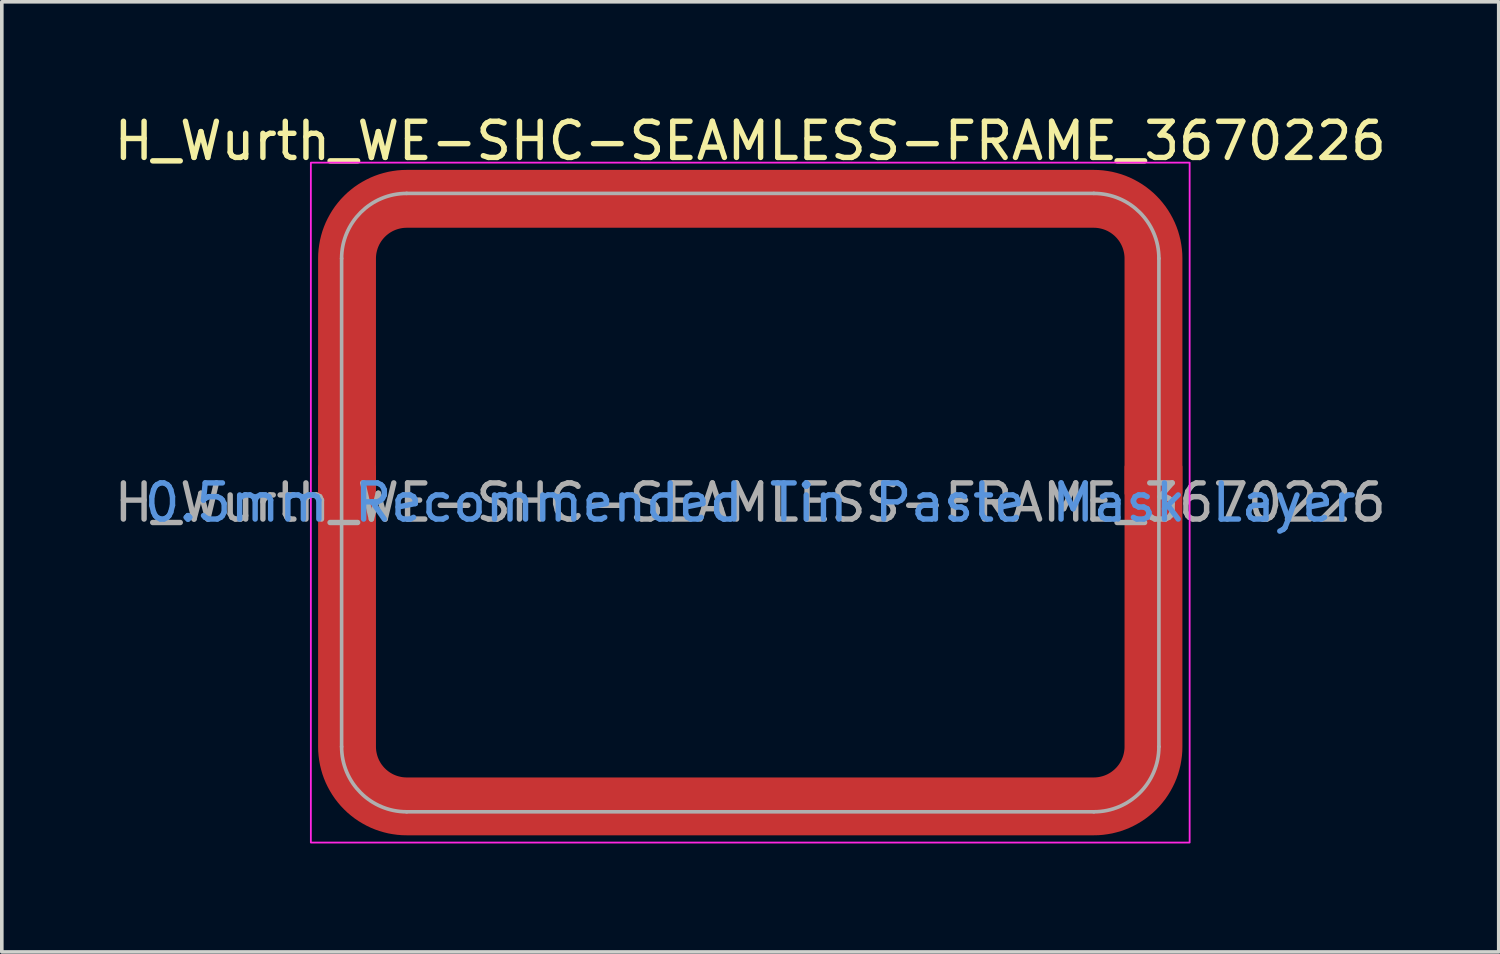
<source format=kicad_pcb>
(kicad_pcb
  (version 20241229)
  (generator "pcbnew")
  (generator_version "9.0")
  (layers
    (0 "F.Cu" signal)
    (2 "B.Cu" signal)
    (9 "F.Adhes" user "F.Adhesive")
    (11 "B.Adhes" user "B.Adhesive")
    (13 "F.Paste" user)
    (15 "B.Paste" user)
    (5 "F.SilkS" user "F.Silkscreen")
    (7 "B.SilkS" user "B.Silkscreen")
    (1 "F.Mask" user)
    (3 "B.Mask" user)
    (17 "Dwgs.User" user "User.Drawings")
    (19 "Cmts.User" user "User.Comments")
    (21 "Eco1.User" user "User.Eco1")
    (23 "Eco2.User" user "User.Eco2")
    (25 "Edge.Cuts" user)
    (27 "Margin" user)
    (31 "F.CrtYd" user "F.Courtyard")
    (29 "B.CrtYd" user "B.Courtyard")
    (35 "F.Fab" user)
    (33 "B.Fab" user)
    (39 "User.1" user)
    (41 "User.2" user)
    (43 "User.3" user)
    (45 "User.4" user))
  (footprint "H_Wurth_WE-SHC-SEAMLESS-FRAME_3670226"
    (layer "F.Cu")
    (at 17.696 10.848)
    (property "Reference" "H_Wurth_WE-SHC-SEAMLESS-FRAME_3670226" (at 0 -10 0) (unlocked yes) (layer "F.SilkS") (effects (font (size 1 1) (thickness 0.15))))
    (attr smd)
    (fp_poly (pts (xy -10.4 -0.25) (xy -11.9 -0.25) (xy -11.9 -6.75) (xy -11.897 -6.876) (xy -11.887 -7.001) (xy -11.87 -7.125) (xy -11.848 -7.249) (xy -11.818 -7.371) (xy -11.783 -7.492) (xy -11.741 -7.61) (xy -11.693 -7.726) (xy -11.638 -7.84) (xy -11.578 -7.95) (xy -11.513 -8.057) (xy -11.442 -8.161) (xy -11.365 -8.26) (xy -11.284 -8.356) (xy -11.197 -8.447) (xy -11.106 -8.534) (xy -11.01 -8.615) (xy -10.911 -8.692) (xy -10.807 -8.763) (xy -10.7 -8.828) (xy -10.59 -8.888) (xy -10.476 -8.943) (xy -10.36 -8.991) (xy -10.242 -9.033) (xy -10.121 -9.068) (xy -9.999 -9.098) (xy -9.875 -9.12) (xy -9.751 -9.137) (xy -9.626 -9.147) (xy -9.5 -9.15) (xy 9.5 -9.15) (xy 9.626 -9.147) (xy 9.751 -9.137) (xy 9.875 -9.12) (xy 9.999 -9.098) (xy 10.121 -9.068) (xy 10.242 -9.033) (xy 10.36 -8.991) (xy 10.476 -8.943) (xy 10.59 -8.888) (xy 10.7 -8.828) (xy 10.807 -8.763) (xy 10.911 -8.692) (xy 11.01 -8.615) (xy 11.106 -8.534) (xy 11.197 -8.447) (xy 11.284 -8.356) (xy 11.365 -8.26) (xy 11.442 -8.161) (xy 11.513 -8.057) (xy 11.578 -7.95) (xy 11.638 -7.84) (xy 11.693 -7.726) (xy 11.741 -7.61) (xy 11.783 -7.492) (xy 11.818 -7.371) (xy 11.848 -7.249) (xy 11.87 -7.125) (xy 11.887 -7.001) (xy 11.897 -6.876) (xy 11.9 -6.75) (xy 11.9 -0.25) (xy 10.4 -0.25) (xy 10.4 -6.75) (xy 10.399 -6.797) (xy 10.395 -6.844) (xy 10.389 -6.891) (xy 10.38 -6.937) (xy 10.369 -6.983) (xy 10.356 -7.028) (xy 10.34 -7.073) (xy 10.322 -7.116) (xy 10.302 -7.159) (xy 10.279 -7.2) (xy 10.255 -7.24) (xy 10.228 -7.279) (xy 10.199 -7.316) (xy 10.169 -7.352) (xy 10.136 -7.386) (xy 10.102 -7.419) (xy 10.066 -7.449) (xy 10.029 -7.478) (xy 9.99 -7.505) (xy 9.95 -7.529) (xy 9.909 -7.552) (xy 9.866 -7.572) (xy 9.823 -7.59) (xy 9.778 -7.606) (xy 9.733 -7.619) (xy 9.687 -7.63) (xy 9.641 -7.639) (xy 9.594 -7.645) (xy 9.547 -7.649) (xy 9.5 -7.65) (xy -9.5 -7.65) (xy -9.547 -7.649) (xy -9.594 -7.645) (xy -9.641 -7.639) (xy -9.687 -7.63) (xy -9.733 -7.619) (xy -9.778 -7.606) (xy -9.823 -7.59) (xy -9.866 -7.572) (xy -9.909 -7.552) (xy -9.95 -7.529) (xy -9.99 -7.505) (xy -10.029 -7.478) (xy -10.066 -7.449) (xy -10.102 -7.419) (xy -10.136 -7.386) (xy -10.169 -7.352) (xy -10.199 -7.316) (xy -10.228 -7.279) (xy -10.255 -7.24) (xy -10.279 -7.2) (xy -10.302 -7.159) (xy -10.322 -7.116) (xy -10.34 -7.073) (xy -10.356 -7.028) (xy -10.369 -6.983) (xy -10.38 -6.937) (xy -10.389 -6.891) (xy -10.395 -6.844) (xy -10.399 -6.797) (xy -10.4 -6.75) (xy -10.4 -0.25)) (stroke (width 0.1) (type solid)) (fill yes) (layer "F.Cu"))
    (fp_poly (pts (xy -10.4 -0.25) (xy -11.9 -0.25) (xy -11.9 -6.75) (xy -11.897 -6.876) (xy -11.887 -7.001) (xy -11.87 -7.125) (xy -11.848 -7.249) (xy -11.818 -7.371) (xy -11.783 -7.492) (xy -11.741 -7.61) (xy -11.693 -7.726) (xy -11.638 -7.84) (xy -11.578 -7.95) (xy -11.513 -8.057) (xy -11.442 -8.161) (xy -11.365 -8.26) (xy -11.284 -8.356) (xy -11.197 -8.447) (xy -11.106 -8.534) (xy -11.01 -8.615) (xy -10.911 -8.692) (xy -10.807 -8.763) (xy -10.7 -8.828) (xy -10.59 -8.888) (xy -10.476 -8.943) (xy -10.36 -8.991) (xy -10.242 -9.033) (xy -10.121 -9.068) (xy -9.999 -9.098) (xy -9.875 -9.12) (xy -9.751 -9.137) (xy -9.626 -9.147) (xy -9.5 -9.15) (xy 9.5 -9.15) (xy 9.626 -9.147) (xy 9.751 -9.137) (xy 9.875 -9.12) (xy 9.999 -9.098) (xy 10.121 -9.068) (xy 10.242 -9.033) (xy 10.36 -8.991) (xy 10.476 -8.943) (xy 10.59 -8.888) (xy 10.7 -8.828) (xy 10.807 -8.763) (xy 10.911 -8.692) (xy 11.01 -8.615) (xy 11.106 -8.534) (xy 11.197 -8.447) (xy 11.284 -8.356) (xy 11.365 -8.26) (xy 11.442 -8.161) (xy 11.513 -8.057) (xy 11.578 -7.95) (xy 11.638 -7.84) (xy 11.693 -7.726) (xy 11.741 -7.61) (xy 11.783 -7.492) (xy 11.818 -7.371) (xy 11.848 -7.249) (xy 11.87 -7.125) (xy 11.887 -7.001) (xy 11.897 -6.876) (xy 11.9 -6.75) (xy 11.9 -0.25) (xy 10.4 -0.25) (xy 10.4 -6.75) (xy 10.399 -6.797) (xy 10.395 -6.844) (xy 10.389 -6.891) (xy 10.38 -6.937) (xy 10.369 -6.983) (xy 10.356 -7.028) (xy 10.34 -7.073) (xy 10.322 -7.116) (xy 10.302 -7.159) (xy 10.279 -7.2) (xy 10.255 -7.24) (xy 10.228 -7.279) (xy 10.199 -7.316) (xy 10.169 -7.352) (xy 10.136 -7.386) (xy 10.102 -7.419) (xy 10.066 -7.449) (xy 10.029 -7.478) (xy 9.99 -7.505) (xy 9.95 -7.529) (xy 9.909 -7.552) (xy 9.866 -7.572) (xy 9.823 -7.59) (xy 9.778 -7.606) (xy 9.733 -7.619) (xy 9.687 -7.63) (xy 9.641 -7.639) (xy 9.594 -7.645) (xy 9.547 -7.649) (xy 9.5 -7.65) (xy -9.5 -7.65) (xy -9.547 -7.649) (xy -9.594 -7.645) (xy -9.641 -7.639) (xy -9.687 -7.63) (xy -9.733 -7.619) (xy -9.778 -7.606) (xy -9.823 -7.59) (xy -9.866 -7.572) (xy -9.909 -7.552) (xy -9.95 -7.529) (xy -9.99 -7.505) (xy -10.029 -7.478) (xy -10.066 -7.449) (xy -10.102 -7.419) (xy -10.136 -7.386) (xy -10.169 -7.352) (xy -10.199 -7.316) (xy -10.228 -7.279) (xy -10.255 -7.24) (xy -10.279 -7.2) (xy -10.302 -7.159) (xy -10.322 -7.116) (xy -10.34 -7.073) (xy -10.356 -7.028) (xy -10.369 -6.983) (xy -10.38 -6.937) (xy -10.389 -6.891) (xy -10.395 -6.844) (xy -10.399 -6.797) (xy -10.4 -6.75) (xy -10.4 -0.25)) (stroke (width 0.1) (type solid)) (fill yes) (layer "F.Mask"))
    (fp_poly (pts (xy -10.4 -0.25) (xy -11.9 -0.25) (xy -11.9 -6.75) (xy -11.897 -6.876) (xy -11.887 -7.001) (xy -11.87 -7.125) (xy -11.848 -7.249) (xy -11.818 -7.371) (xy -11.783 -7.492) (xy -11.741 -7.61) (xy -11.693 -7.726) (xy -11.638 -7.84) (xy -11.578 -7.95) (xy -11.513 -8.057) (xy -11.442 -8.161) (xy -11.365 -8.26) (xy -11.284 -8.356) (xy -11.197 -8.447) (xy -11.106 -8.534) (xy -11.01 -8.615) (xy -10.911 -8.692) (xy -10.807 -8.763) (xy -10.7 -8.828) (xy -10.59 -8.888) (xy -10.476 -8.943) (xy -10.36 -8.991) (xy -10.242 -9.033) (xy -10.121 -9.068) (xy -9.999 -9.098) (xy -9.875 -9.12) (xy -9.751 -9.137) (xy -9.626 -9.147) (xy -9.5 -9.15) (xy 9.5 -9.15) (xy 9.626 -9.147) (xy 9.751 -9.137) (xy 9.875 -9.12) (xy 9.999 -9.098) (xy 10.121 -9.068) (xy 10.242 -9.033) (xy 10.36 -8.991) (xy 10.476 -8.943) (xy 10.59 -8.888) (xy 10.7 -8.828) (xy 10.807 -8.763) (xy 10.911 -8.692) (xy 11.01 -8.615) (xy 11.106 -8.534) (xy 11.197 -8.447) (xy 11.284 -8.356) (xy 11.365 -8.26) (xy 11.442 -8.161) (xy 11.513 -8.057) (xy 11.578 -7.95) (xy 11.638 -7.84) (xy 11.693 -7.726) (xy 11.741 -7.61) (xy 11.783 -7.492) (xy 11.818 -7.371) (xy 11.848 -7.249) (xy 11.87 -7.125) (xy 11.887 -7.001) (xy 11.897 -6.876) (xy 11.9 -6.75) (xy 11.9 -0.25) (xy 10.4 -0.25) (xy 10.4 -6.75) (xy 10.399 -6.797) (xy 10.395 -6.844) (xy 10.389 -6.891) (xy 10.38 -6.937) (xy 10.369 -6.983) (xy 10.356 -7.028) (xy 10.34 -7.073) (xy 10.322 -7.116) (xy 10.302 -7.159) (xy 10.279 -7.2) (xy 10.255 -7.24) (xy 10.228 -7.279) (xy 10.199 -7.316) (xy 10.169 -7.352) (xy 10.136 -7.386) (xy 10.102 -7.419) (xy 10.066 -7.449) (xy 10.029 -7.478) (xy 9.99 -7.505) (xy 9.95 -7.529) (xy 9.909 -7.552) (xy 9.866 -7.572) (xy 9.823 -7.59) (xy 9.778 -7.606) (xy 9.733 -7.619) (xy 9.687 -7.63) (xy 9.641 -7.639) (xy 9.594 -7.645) (xy 9.547 -7.649) (xy 9.5 -7.65) (xy -9.5 -7.65) (xy -9.547 -7.649) (xy -9.594 -7.645) (xy -9.641 -7.639) (xy -9.687 -7.63) (xy -9.733 -7.619) (xy -9.778 -7.606) (xy -9.823 -7.59) (xy -9.866 -7.572) (xy -9.909 -7.552) (xy -9.95 -7.529) (xy -9.99 -7.505) (xy -10.029 -7.478) (xy -10.066 -7.449) (xy -10.102 -7.419) (xy -10.136 -7.386) (xy -10.169 -7.352) (xy -10.199 -7.316) (xy -10.228 -7.279) (xy -10.255 -7.24) (xy -10.279 -7.2) (xy -10.302 -7.159) (xy -10.322 -7.116) (xy -10.34 -7.073) (xy -10.356 -7.028) (xy -10.369 -6.983) (xy -10.38 -6.937) (xy -10.389 -6.891) (xy -10.395 -6.844) (xy -10.399 -6.797) (xy -10.4 -6.75) (xy -10.4 -0.25)) (stroke (width 0.1) (type solid)) (fill yes) (layer "F.Paste"))
    (fp_rect (start -12.15 -9.4) (end 12.15 9.4) (stroke (width 0.05) (type solid)) (fill no) (layer "F.CrtYd"))
    (fp_line (start -11.3 6.75) (end -11.3 -6.75) (stroke (width 0.1) (type solid)) (layer "F.Fab"))
    (fp_line (start -9.5 -8.55) (end 9.5 -8.55) (stroke (width 0.1) (type solid)) (layer "F.Fab"))
    (fp_line (start -9.5 8.55) (end 9.5 8.55) (stroke (width 0.1) (type solid)) (layer "F.Fab"))
    (fp_line (start 11.3 6.75) (end 11.3 -6.75) (stroke (width 0.1) (type solid)) (layer "F.Fab"))
    (fp_arc (start -11.3 -6.75) (mid -10.772792 -8.022792) (end -9.5 -8.55) (stroke (width 0.1) (type default)) (layer "F.Fab"))
    (fp_arc (start -9.5 8.55) (mid -10.772792 8.022792) (end -11.3 6.75) (stroke (width 0.1) (type default)) (layer "F.Fab"))
    (fp_arc (start 9.5 -8.55) (mid 10.772792 -8.022792) (end 11.3 -6.75) (stroke (width 0.1) (type default)) (layer "F.Fab"))
    (fp_arc (start 11.3 6.75) (mid 10.772792 8.022792) (end 9.5 8.55) (stroke (width 0.1) (type default)) (layer "F.Fab"))
    (fp_text user "0.5mm Recommended Tin Paste Mask Layer" (at 0 0 0) (unlocked yes) (layer "Cmts.User") (effects (font (size 1 1) (thickness 0.15))))
    (fp_text user "${REFERENCE}" (at 0 0 0) (unlocked yes) (layer "F.Fab") (effects (font (size 1 1) (thickness 0.15))))
    (pad "1" smd custom (at 11.15 0) (size 1.5 13.5) (layers "F.Cu" "F.Mask" "F.Paste") (options (anchor rect)) (primitives (gr_poly (pts (xy -0.75 -1) (xy 0.75 -1) (xy 0.75 6.75) (xy 0.747 6.876) (xy 0.737 7.001) (xy 0.72 7.125) (xy 0.698 7.249) (xy 0.668 7.371) (xy 0.633 7.492) (xy 0.591 7.61) (xy 0.543 7.726) (xy 0.488 7.84) (xy 0.428 7.95) (xy 0.363 8.057) (xy 0.292 8.161) (xy 0.215 8.26) (xy 0.134 8.356) (xy 0.047 8.447) (xy -0.044 8.534) (xy -0.14 8.615) (xy -0.239 8.692) (xy -0.343 8.763) (xy -0.45 8.828) (xy -0.56 8.888) (xy -0.674 8.943) (xy -0.79 8.991) (xy -0.908 9.033) (xy -1.029 9.068) (xy -1.151 9.098) (xy -1.275 9.12) (xy -1.399 9.137) (xy -1.524 9.147) (xy -1.65 9.15) (xy -20.65 9.15) (xy -20.776 9.147) (xy -20.901 9.137) (xy -21.025 9.12) (xy -21.149 9.098) (xy -21.271 9.068) (xy -21.392 9.033) (xy -21.51 8.991) (xy -21.626 8.943) (xy -21.74 8.888) (xy -21.85 8.828) (xy -21.957 8.763) (xy -22.061 8.692) (xy -22.16 8.615) (xy -22.256 8.534) (xy -22.347 8.447) (xy -22.434 8.356) (xy -22.515 8.26) (xy -22.592 8.161) (xy -22.663 8.057) (xy -22.728 7.95) (xy -22.788 7.84) (xy -22.843 7.726) (xy -22.891 7.61) (xy -22.933 7.492) (xy -22.968 7.371) (xy -22.998 7.249) (xy -23.02 7.125) (xy -23.037 7.001) (xy -23.047 6.876) (xy -23.05 6.75) (xy -23.05 -1) (xy -21.55 -1) (xy -21.55 6.75) (xy -21.549 6.797) (xy -21.545 6.844) (xy -21.539 6.891) (xy -21.53 6.937) (xy -21.519 6.983) (xy -21.506 7.028) (xy -21.49 7.073) (xy -21.472 7.116) (xy -21.452 7.159) (xy -21.429 7.2) (xy -21.405 7.24) (xy -21.378 7.279) (xy -21.349 7.316) (xy -21.319 7.352) (xy -21.286 7.386) (xy -21.252 7.419) (xy -21.216 7.449) (xy -21.179 7.478) (xy -21.14 7.505) (xy -21.1 7.529) (xy -21.059 7.552) (xy -21.016 7.572) (xy -20.973 7.59) (xy -20.928 7.606) (xy -20.883 7.619) (xy -20.837 7.63) (xy -20.791 7.639) (xy -20.744 7.645) (xy -20.697 7.649) (xy -20.65 7.65) (xy -1.65 7.65) (xy -1.603 7.649) (xy -1.556 7.645) (xy -1.509 7.639) (xy -1.463 7.63) (xy -1.417 7.619) (xy -1.372 7.606) (xy -1.327 7.59) (xy -1.284 7.572) (xy -1.241 7.552) (xy -1.2 7.529) (xy -1.16 7.505) (xy -1.121 7.478) (xy -1.084 7.449) (xy -1.048 7.419) (xy -1.014 7.386) (xy -0.981 7.352) (xy -0.951 7.316) (xy -0.922 7.279) (xy -0.895 7.24) (xy -0.871 7.2) (xy -0.848 7.159) (xy -0.828 7.116) (xy -0.81 7.073) (xy -0.794 7.028) (xy -0.781 6.983) (xy -0.77 6.937) (xy -0.761 6.891) (xy -0.755 6.844) (xy -0.751 6.797) (xy -0.75 6.75) (xy -0.75 -1)) (width 0.1) (fill yes)))))
  (gr_rect
    (start -3 -3)
    (end 38.393 23.273)
    (stroke (width 0.1) (type default))
    (fill no)
    (layer "Edge.Cuts")))
</source>
